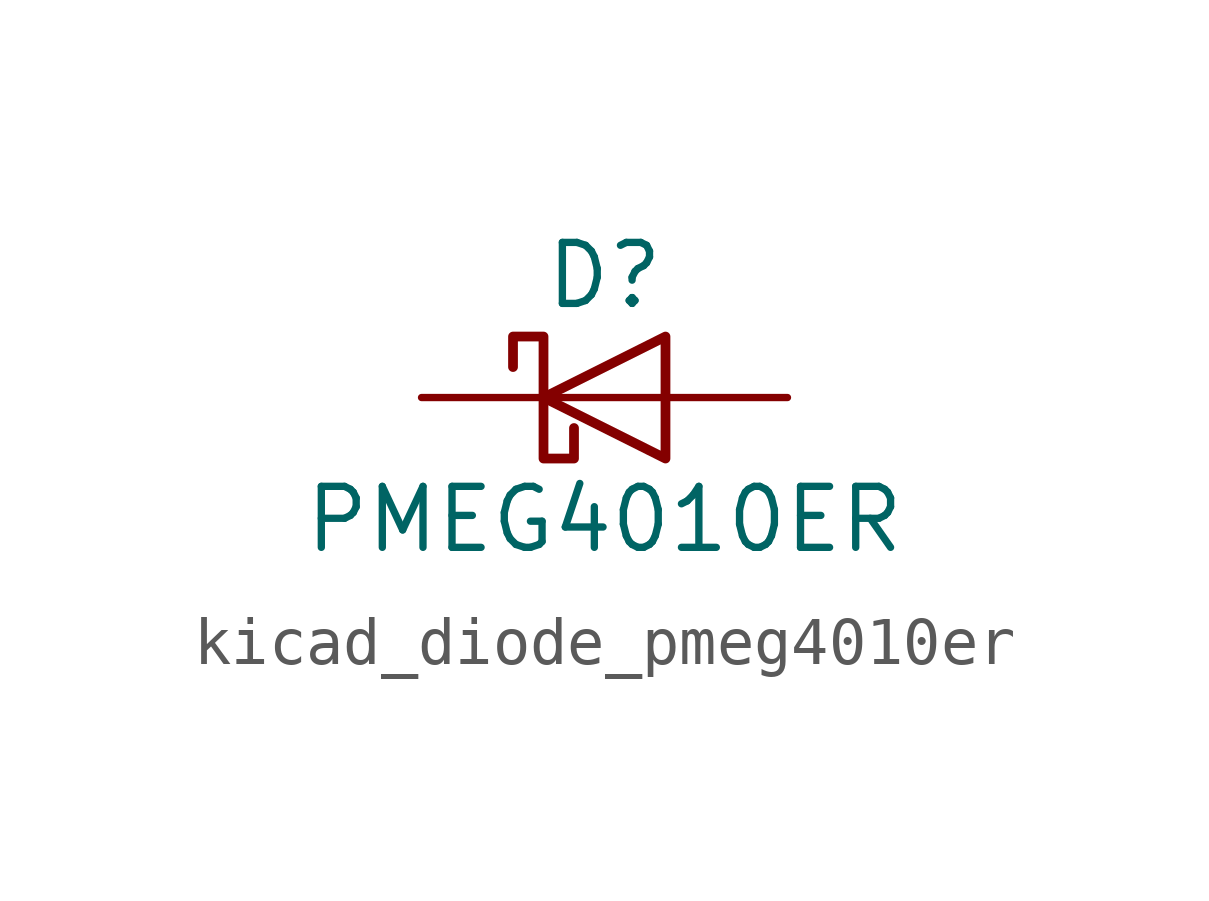
<source format=kicad_sym>
(kicad_symbol_lib
  (version 20220914)
  (generator kicad_symbol_editor)
  (symbol "kicad_diode_pmeg4010er"
    (pin_numbers hide)
    (pin_names hide)
    (property "Reference" "D"
      (at 0 2.54 0)
      (effects (font (size 1.27 1.27))))
    (property "Value" "PMEG4010ER"
      (at 0 -2.54 0)
      (effects (font (size 1.27 1.27))))
    (symbol "kicad_diode_pmeg4010er_0_1"
      (polyline (pts (xy 1.27 0) (xy -1.27 0)) (stroke (width 0) (type default)) (fill (type none)))
      (polyline (pts (xy 1.27 1.27) (xy 1.27 -1.27) (xy -1.27 0) (xy 1.27 1.27)) (stroke (width 0.203) (type default)) (fill (type none)))
      (polyline (pts (xy -1.905 0.635) (xy -1.905 1.27) (xy -1.27 1.27) (xy -1.27 -1.27) (xy -0.635 -1.27) (xy -0.635 -0.635)) (stroke (width 0.203) (type default)) (fill (type none))))
    (symbol "kicad_diode_pmeg4010er_1_1"
      (pin passive line (at -3.81 0 0) (length 2.54) (name "K" (effects (font (size 1.27 1.27)))) (number "1" (effects (font (size 1.27 1.27)))))
      (pin passive line (at 3.81 0 180) (length 2.54) (name "A" (effects (font (size 1.27 1.27)))) (number "2" (effects (font (size 1.27 1.27))))))))
</source>
